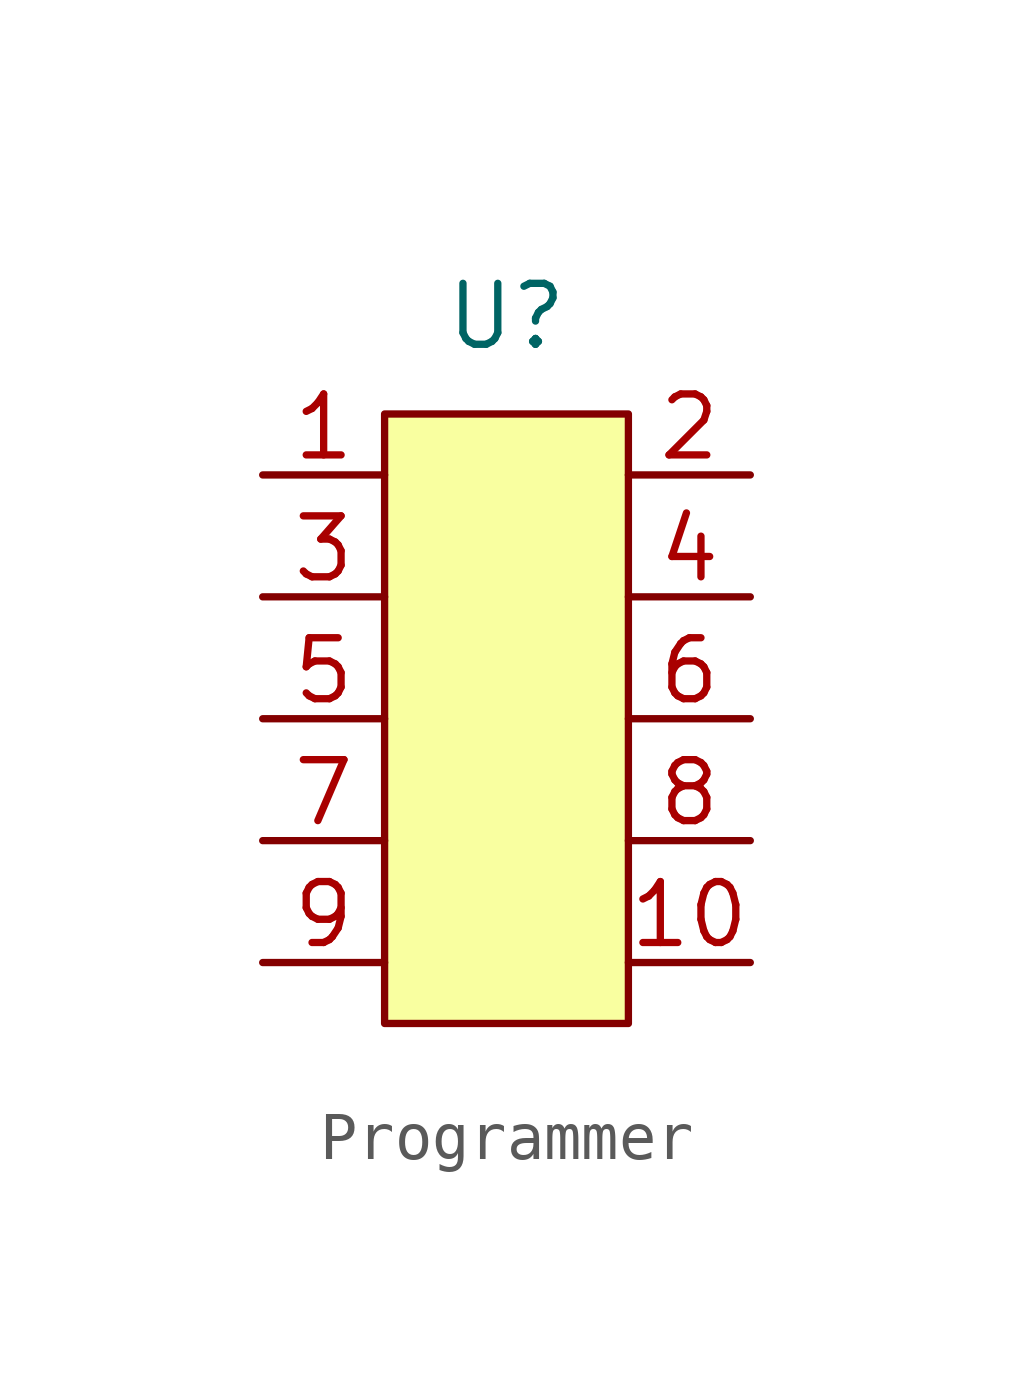
<source format=kicad_sym>
(kicad_symbol_lib
  (version 20231120)
  (generator "kicad_symbol_editor")
  (generator_version "8.0")
  (symbol "Programmer"
    (property "Reference" "U"
      (at 0 7.112 0)
      (effects (font (size 1.27 1.27))))
    (property "Value" ""
      (at 0 0 0)
      (effects (font (size 1.27 1.27))))
    (symbol "Programmer_0_1"
      (rectangle (start -2.54 5.08) (end 2.54 -7.62) (stroke (width 0) (type default)) (fill (type color) (color 249 255 160 1))))
    (symbol "Programmer_1_1"
      (pin output line (at -5.08 3.81 0) (length 2.54) (name "" (effects (font (size 1.27 1.27)))) (number "1" (effects (font (size 1.27 1.27)))))
      (pin output line (at 5.08 -6.35 180) (length 2.54) (name "" (effects (font (size 1.27 1.27)))) (number "10" (effects (font (size 1.27 1.27)))))
      (pin output line (at 5.08 3.81 180) (length 2.54) (name "" (effects (font (size 1.27 1.27)))) (number "2" (effects (font (size 1.27 1.27)))))
      (pin output line (at -5.08 1.27 0) (length 2.54) (name "" (effects (font (size 1.27 1.27)))) (number "3" (effects (font (size 1.27 1.27)))))
      (pin output line (at 5.08 1.27 180) (length 2.54) (name "" (effects (font (size 1.27 1.27)))) (number "4" (effects (font (size 1.27 1.27)))))
      (pin output line (at -5.08 -1.27 0) (length 2.54) (name "" (effects (font (size 1.27 1.27)))) (number "5" (effects (font (size 1.27 1.27)))))
      (pin output line (at 5.08 -1.27 180) (length 2.54) (name "" (effects (font (size 1.27 1.27)))) (number "6" (effects (font (size 1.27 1.27)))))
      (pin output line (at -5.08 -3.81 0) (length 2.54) (name "" (effects (font (size 1.27 1.27)))) (number "7" (effects (font (size 1.27 1.27)))))
      (pin output line (at 5.08 -3.81 180) (length 2.54) (name "" (effects (font (size 1.27 1.27)))) (number "8" (effects (font (size 1.27 1.27)))))
      (pin output line (at -5.08 -6.35 0) (length 2.54) (name "" (effects (font (size 1.27 1.27)))) (number "9" (effects (font (size 1.27 1.27))))))))
</source>
